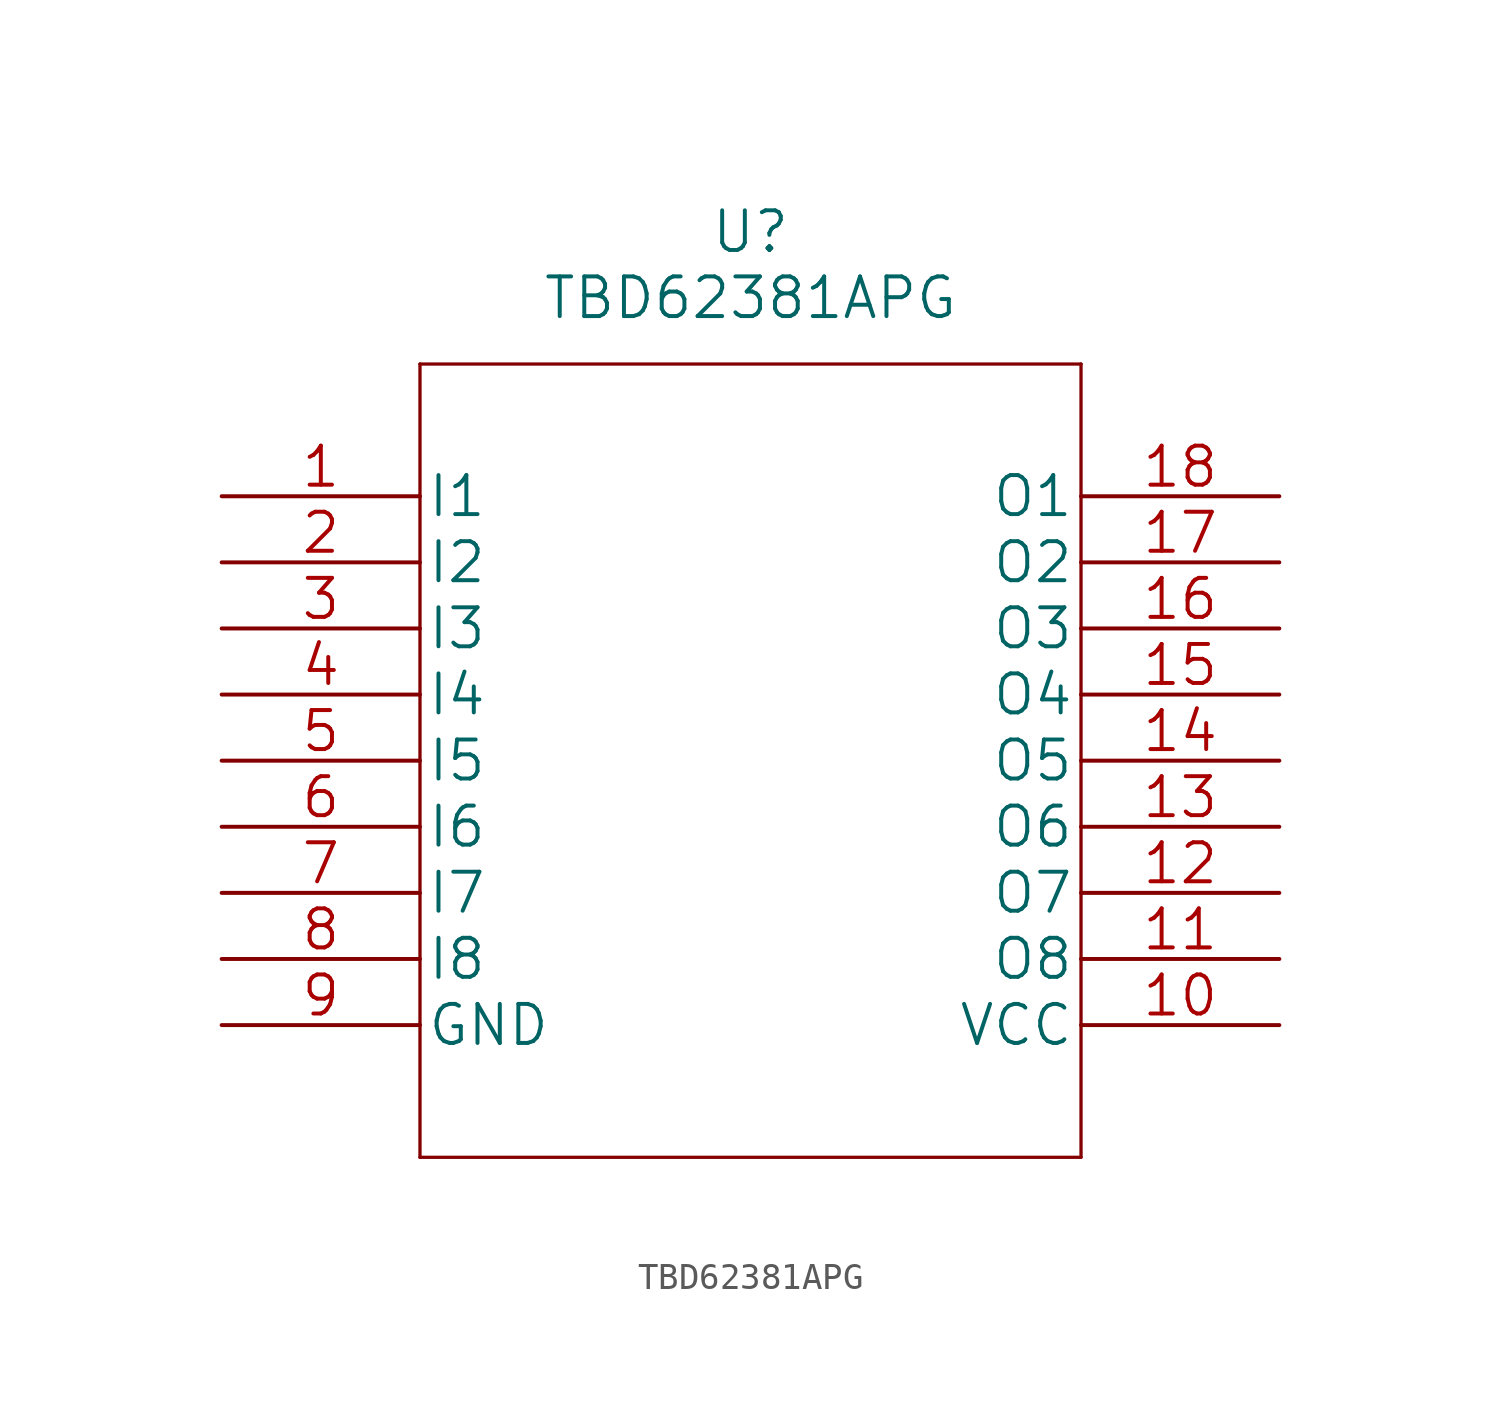
<source format=kicad_sym>
(kicad_symbol_lib
  (version 20211014)
  (generator kicad_symbol_editor)
  (symbol "TBD62381APG"
    (pin_names
      (offset 0.254))
    (property "Reference" "U"
      (at 20.32 10.16 0)
      (effects (font (size 1.524 1.524))))
    (property "Value" "TBD62381APG"
      (at 20.32 7.62 0)
      (effects (font (size 1.524 1.524))))
    (property "Datasheet" ""
      (at 0 0 0)
      (effects (font (size 1.524 1.524))))
    (property "ki_locked" ""
      (at 0 0 0)
      (effects (font (size 1.27 1.27))))
    (symbol "TBD62381APG_1_1"
      (polyline (pts (xy 7.62 -25.4) (xy 33.02 -25.4)) (stroke (width 0.127) (type default) (color 0 0 0 0)) (fill (type none)))
      (polyline (pts (xy 7.62 5.08) (xy 7.62 -25.4)) (stroke (width 0.127) (type default) (color 0 0 0 0)) (fill (type none)))
      (polyline (pts (xy 33.02 -25.4) (xy 33.02 5.08)) (stroke (width 0.127) (type default) (color 0 0 0 0)) (fill (type none)))
      (polyline (pts (xy 33.02 5.08) (xy 7.62 5.08)) (stroke (width 0.127) (type default) (color 0 0 0 0)) (fill (type none)))
      (pin input line (at 0 0 0) (length 7.62) (name "I1" (effects (font (size 1.499 1.499)))) (number "1" (effects (font (size 1.499 1.499)))))
      (pin power_in line (at 40.64 -20.32 180) (length 7.62) (name "VCC" (effects (font (size 1.499 1.499)))) (number "10" (effects (font (size 1.499 1.499)))))
      (pin output line (at 40.64 -17.78 180) (length 7.62) (name "O8" (effects (font (size 1.499 1.499)))) (number "11" (effects (font (size 1.499 1.499)))))
      (pin output line (at 40.64 -15.24 180) (length 7.62) (name "O7" (effects (font (size 1.499 1.499)))) (number "12" (effects (font (size 1.499 1.499)))))
      (pin output line (at 40.64 -12.7 180) (length 7.62) (name "O6" (effects (font (size 1.499 1.499)))) (number "13" (effects (font (size 1.499 1.499)))))
      (pin output line (at 40.64 -10.16 180) (length 7.62) (name "O5" (effects (font (size 1.499 1.499)))) (number "14" (effects (font (size 1.499 1.499)))))
      (pin output line (at 40.64 -7.62 180) (length 7.62) (name "O4" (effects (font (size 1.499 1.499)))) (number "15" (effects (font (size 1.499 1.499)))))
      (pin output line (at 40.64 -5.08 180) (length 7.62) (name "O3" (effects (font (size 1.499 1.499)))) (number "16" (effects (font (size 1.499 1.499)))))
      (pin output line (at 40.64 -2.54 180) (length 7.62) (name "O2" (effects (font (size 1.499 1.499)))) (number "17" (effects (font (size 1.499 1.499)))))
      (pin output line (at 40.64 0 180) (length 7.62) (name "O1" (effects (font (size 1.499 1.499)))) (number "18" (effects (font (size 1.499 1.499)))))
      (pin input line (at 0 -2.54 0) (length 7.62) (name "I2" (effects (font (size 1.499 1.499)))) (number "2" (effects (font (size 1.499 1.499)))))
      (pin input line (at 0 -5.08 0) (length 7.62) (name "I3" (effects (font (size 1.499 1.499)))) (number "3" (effects (font (size 1.499 1.499)))))
      (pin input line (at 0 -7.62 0) (length 7.62) (name "I4" (effects (font (size 1.499 1.499)))) (number "4" (effects (font (size 1.499 1.499)))))
      (pin input line (at 0 -10.16 0) (length 7.62) (name "I5" (effects (font (size 1.499 1.499)))) (number "5" (effects (font (size 1.499 1.499)))))
      (pin input line (at 0 -12.7 0) (length 7.62) (name "I6" (effects (font (size 1.499 1.499)))) (number "6" (effects (font (size 1.499 1.499)))))
      (pin input line (at 0 -15.24 0) (length 7.62) (name "I7" (effects (font (size 1.499 1.499)))) (number "7" (effects (font (size 1.499 1.499)))))
      (pin input line (at 0 -17.78 0) (length 7.62) (name "I8" (effects (font (size 1.499 1.499)))) (number "8" (effects (font (size 1.499 1.499)))))
      (pin power_in line (at 0 -20.32 0) (length 7.62) (name "GND" (effects (font (size 1.499 1.499)))) (number "9" (effects (font (size 1.499 1.499))))))))
</source>
